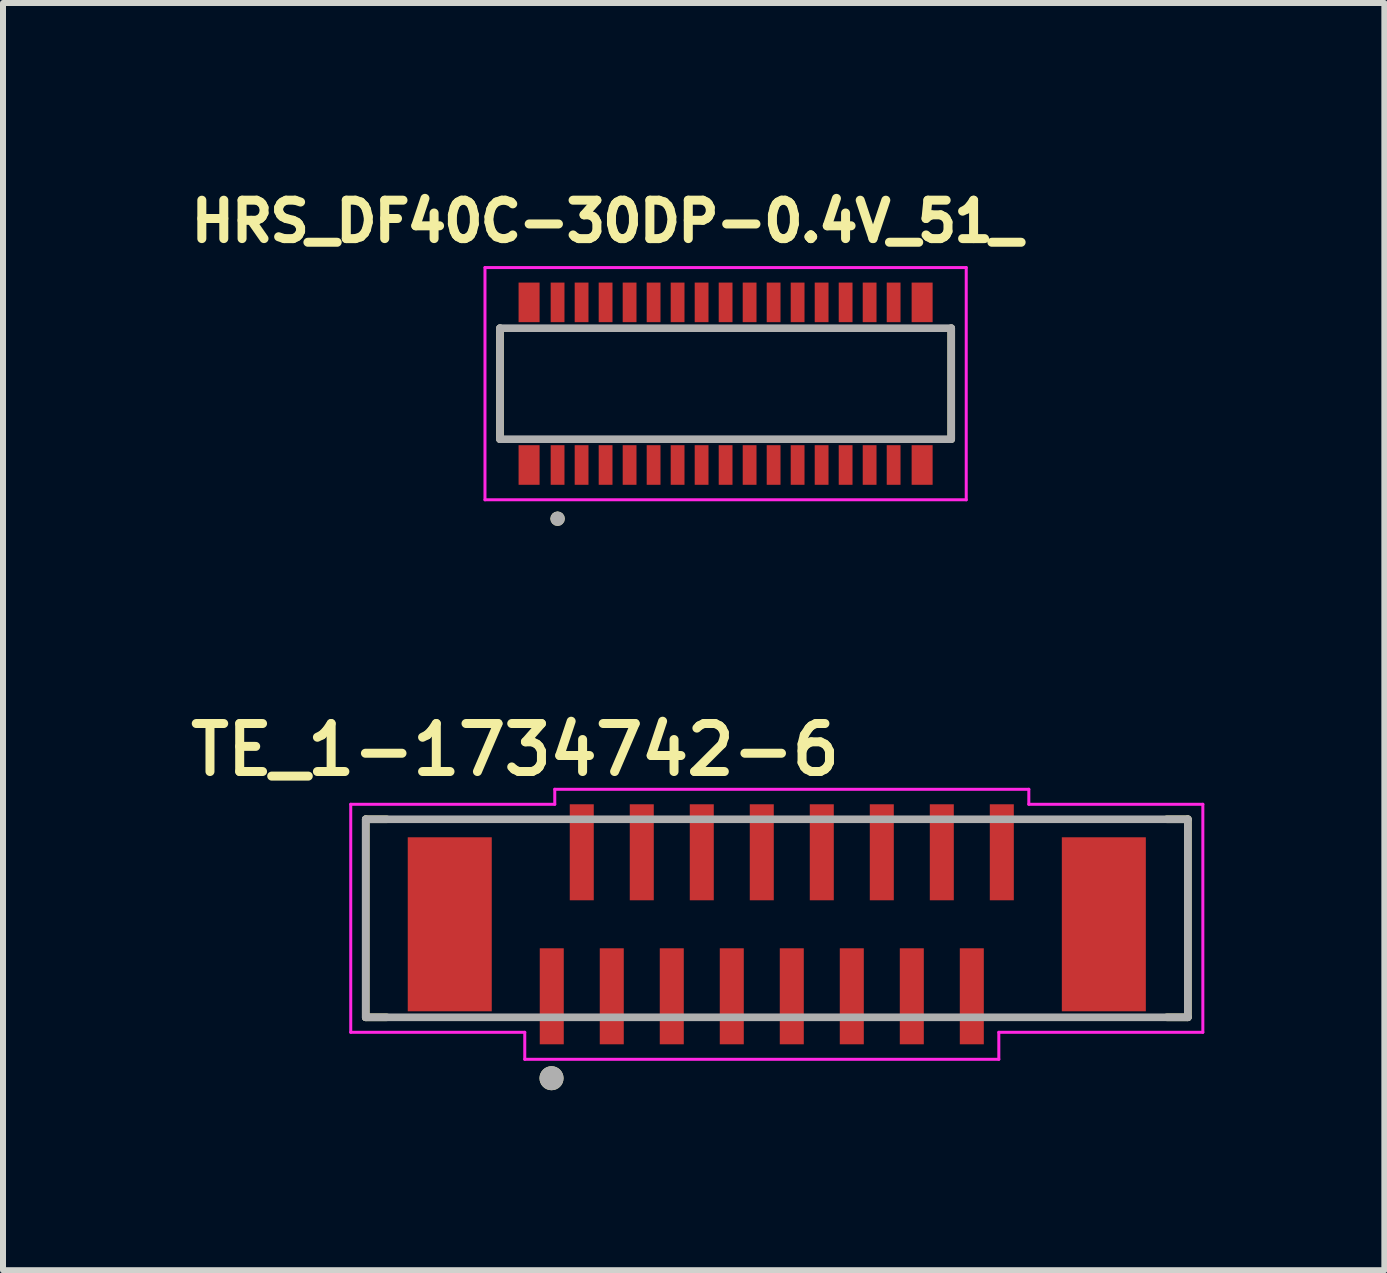
<source format=kicad_pcb>
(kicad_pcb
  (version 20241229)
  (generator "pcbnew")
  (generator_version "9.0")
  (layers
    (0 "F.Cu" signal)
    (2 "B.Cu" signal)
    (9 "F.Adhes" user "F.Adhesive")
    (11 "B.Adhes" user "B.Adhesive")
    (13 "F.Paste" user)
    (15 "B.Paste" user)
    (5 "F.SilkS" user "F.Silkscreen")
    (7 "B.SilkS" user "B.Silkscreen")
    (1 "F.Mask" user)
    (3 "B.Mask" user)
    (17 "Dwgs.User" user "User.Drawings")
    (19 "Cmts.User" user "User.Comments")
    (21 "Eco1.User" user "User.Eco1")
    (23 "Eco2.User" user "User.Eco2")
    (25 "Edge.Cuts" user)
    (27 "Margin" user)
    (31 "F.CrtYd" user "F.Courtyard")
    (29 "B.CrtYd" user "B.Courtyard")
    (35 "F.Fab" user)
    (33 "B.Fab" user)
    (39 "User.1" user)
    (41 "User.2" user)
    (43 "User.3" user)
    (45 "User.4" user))
  (footprint "HRS_DF40C-30DP-0.4V_51_"
    (layer "F.Cu")
    (at 9.042 3.344)
    (property "Reference" "HRS_DF40C-30DP-0.4V_51_" (at -1.978 -2.706 0) (layer "F.SilkS") (effects (font (size 0.64 0.64) (thickness 0.15))))
    (attr smd)
    (fp_poly (pts (xy -2.965 -1.74) (xy -2.635 -1.74) (xy -2.635 -0.97) (xy -2.965 -0.97)) (stroke (width 0.01) (type solid)) (fill yes) (layer "F.Mask"))
    (fp_poly (pts (xy -2.965 0.97) (xy -2.635 0.97) (xy -2.635 1.74) (xy -2.965 1.74)) (stroke (width 0.01) (type solid)) (fill yes) (layer "F.Mask"))
    (fp_poly (pts (xy -2.565 -1.74) (xy -2.235 -1.74) (xy -2.235 -0.97) (xy -2.565 -0.97)) (stroke (width 0.01) (type solid)) (fill yes) (layer "F.Mask"))
    (fp_poly (pts (xy -2.565 0.97) (xy -2.235 0.97) (xy -2.235 1.74) (xy -2.565 1.74)) (stroke (width 0.01) (type solid)) (fill yes) (layer "F.Mask"))
    (fp_poly (pts (xy -2.165 -1.74) (xy -1.835 -1.74) (xy -1.835 -0.97) (xy -2.165 -0.97)) (stroke (width 0.01) (type solid)) (fill yes) (layer "F.Mask"))
    (fp_poly (pts (xy -2.165 0.97) (xy -1.835 0.97) (xy -1.835 1.74) (xy -2.165 1.74)) (stroke (width 0.01) (type solid)) (fill yes) (layer "F.Mask"))
    (fp_poly (pts (xy -1.765 -1.74) (xy -1.435 -1.74) (xy -1.435 -0.97) (xy -1.765 -0.97)) (stroke (width 0.01) (type solid)) (fill yes) (layer "F.Mask"))
    (fp_poly (pts (xy -1.765 0.97) (xy -1.435 0.97) (xy -1.435 1.74) (xy -1.765 1.74)) (stroke (width 0.01) (type solid)) (fill yes) (layer "F.Mask"))
    (fp_poly (pts (xy -1.365 -1.74) (xy -1.035 -1.74) (xy -1.035 -0.97) (xy -1.365 -0.97)) (stroke (width 0.01) (type solid)) (fill yes) (layer "F.Mask"))
    (fp_poly (pts (xy -1.365 0.97) (xy -1.035 0.97) (xy -1.035 1.74) (xy -1.365 1.74)) (stroke (width 0.01) (type solid)) (fill yes) (layer "F.Mask"))
    (fp_poly (pts (xy -0.965 -1.74) (xy -0.635 -1.74) (xy -0.635 -0.97) (xy -0.965 -0.97)) (stroke (width 0.01) (type solid)) (fill yes) (layer "F.Mask"))
    (fp_poly (pts (xy -0.965 0.97) (xy -0.635 0.97) (xy -0.635 1.74) (xy -0.965 1.74)) (stroke (width 0.01) (type solid)) (fill yes) (layer "F.Mask"))
    (fp_poly (pts (xy -0.565 -1.74) (xy -0.235 -1.74) (xy -0.235 -0.97) (xy -0.565 -0.97)) (stroke (width 0.01) (type solid)) (fill yes) (layer "F.Mask"))
    (fp_poly (pts (xy -0.565 0.97) (xy -0.235 0.97) (xy -0.235 1.74) (xy -0.565 1.74)) (stroke (width 0.01) (type solid)) (fill yes) (layer "F.Mask"))
    (fp_poly (pts (xy -0.165 -1.74) (xy 0.165 -1.74) (xy 0.165 -0.97) (xy -0.165 -0.97)) (stroke (width 0.01) (type solid)) (fill yes) (layer "F.Mask"))
    (fp_poly (pts (xy -0.165 0.97) (xy 0.165 0.97) (xy 0.165 1.74) (xy -0.165 1.74)) (stroke (width 0.01) (type solid)) (fill yes) (layer "F.Mask"))
    (fp_poly (pts (xy 0.235 -1.74) (xy 0.565 -1.74) (xy 0.565 -0.97) (xy 0.235 -0.97)) (stroke (width 0.01) (type solid)) (fill yes) (layer "F.Mask"))
    (fp_poly (pts (xy 0.235 0.97) (xy 0.565 0.97) (xy 0.565 1.74) (xy 0.235 1.74)) (stroke (width 0.01) (type solid)) (fill yes) (layer "F.Mask"))
    (fp_poly (pts (xy 0.635 -1.74) (xy 0.965 -1.74) (xy 0.965 -0.97) (xy 0.635 -0.97)) (stroke (width 0.01) (type solid)) (fill yes) (layer "F.Mask"))
    (fp_poly (pts (xy 0.635 0.97) (xy 0.965 0.97) (xy 0.965 1.74) (xy 0.635 1.74)) (stroke (width 0.01) (type solid)) (fill yes) (layer "F.Mask"))
    (fp_poly (pts (xy 1.035 -1.74) (xy 1.365 -1.74) (xy 1.365 -0.97) (xy 1.035 -0.97)) (stroke (width 0.01) (type solid)) (fill yes) (layer "F.Mask"))
    (fp_poly (pts (xy 1.035 0.97) (xy 1.365 0.97) (xy 1.365 1.74) (xy 1.035 1.74)) (stroke (width 0.01) (type solid)) (fill yes) (layer "F.Mask"))
    (fp_poly (pts (xy 1.435 -1.74) (xy 1.765 -1.74) (xy 1.765 -0.97) (xy 1.435 -0.97)) (stroke (width 0.01) (type solid)) (fill yes) (layer "F.Mask"))
    (fp_poly (pts (xy 1.435 0.97) (xy 1.765 0.97) (xy 1.765 1.74) (xy 1.435 1.74)) (stroke (width 0.01) (type solid)) (fill yes) (layer "F.Mask"))
    (fp_poly (pts (xy 1.835 -1.74) (xy 2.165 -1.74) (xy 2.165 -0.97) (xy 1.835 -0.97)) (stroke (width 0.01) (type solid)) (fill yes) (layer "F.Mask"))
    (fp_poly (pts (xy 1.835 0.97) (xy 2.165 0.97) (xy 2.165 1.74) (xy 1.835 1.74)) (stroke (width 0.01) (type solid)) (fill yes) (layer "F.Mask"))
    (fp_poly (pts (xy 2.235 -1.74) (xy 2.565 -1.74) (xy 2.565 -0.97) (xy 2.235 -0.97)) (stroke (width 0.01) (type solid)) (fill yes) (layer "F.Mask"))
    (fp_poly (pts (xy 2.235 0.97) (xy 2.565 0.97) (xy 2.565 1.74) (xy 2.235 1.74)) (stroke (width 0.01) (type solid)) (fill yes) (layer "F.Mask"))
    (fp_poly (pts (xy 2.635 -1.74) (xy 2.965 -1.74) (xy 2.965 -0.97) (xy 2.635 -0.97)) (stroke (width 0.01) (type solid)) (fill yes) (layer "F.Mask"))
    (fp_poly (pts (xy 2.635 0.97) (xy 2.965 0.97) (xy 2.965 1.74) (xy 2.635 1.74)) (stroke (width 0.01) (type solid)) (fill yes) (layer "F.Mask"))
    (fp_line (start -3.76 0.925) (end -3.76 -0.925) (stroke (width 0.127) (type solid)) (layer "F.SilkS"))
    (fp_line (start 3.76 -0.925) (end 3.76 0.925) (stroke (width 0.127) (type solid)) (layer "F.SilkS"))
    (fp_circle (center -2.8 2.25) (end -2.74 2.25) (stroke (width 0.12) (type solid)) (fill no) (layer "F.SilkS"))
    (fp_poly (pts (xy -3.425 -1.663) (xy -3.125 -1.663) (xy -3.125 -1.047) (xy -3.425 -1.047)) (stroke (width 0.01) (type solid)) (fill yes) (layer "F.Paste"))
    (fp_poly (pts (xy -3.425 1.047) (xy -3.125 1.047) (xy -3.125 1.663) (xy -3.425 1.663)) (stroke (width 0.01) (type solid)) (fill yes) (layer "F.Paste"))
    (fp_poly (pts (xy -2.9 -1.657) (xy -2.7 -1.657) (xy -2.7 -1.053) (xy -2.9 -1.053)) (stroke (width 0.01) (type solid)) (fill yes) (layer "F.Paste"))
    (fp_poly (pts (xy -2.9 1.053) (xy -2.7 1.053) (xy -2.7 1.657) (xy -2.9 1.657)) (stroke (width 0.01) (type solid)) (fill yes) (layer "F.Paste"))
    (fp_poly (pts (xy -2.5 -1.657) (xy -2.3 -1.657) (xy -2.3 -1.053) (xy -2.5 -1.053)) (stroke (width 0.01) (type solid)) (fill yes) (layer "F.Paste"))
    (fp_poly (pts (xy -2.5 1.053) (xy -2.3 1.053) (xy -2.3 1.657) (xy -2.5 1.657)) (stroke (width 0.01) (type solid)) (fill yes) (layer "F.Paste"))
    (fp_poly (pts (xy -2.1 -1.657) (xy -1.9 -1.657) (xy -1.9 -1.053) (xy -2.1 -1.053)) (stroke (width 0.01) (type solid)) (fill yes) (layer "F.Paste"))
    (fp_poly (pts (xy -2.1 1.053) (xy -1.9 1.053) (xy -1.9 1.657) (xy -2.1 1.657)) (stroke (width 0.01) (type solid)) (fill yes) (layer "F.Paste"))
    (fp_poly (pts (xy -1.7 -1.657) (xy -1.5 -1.657) (xy -1.5 -1.053) (xy -1.7 -1.053)) (stroke (width 0.01) (type solid)) (fill yes) (layer "F.Paste"))
    (fp_poly (pts (xy -1.7 1.053) (xy -1.5 1.053) (xy -1.5 1.657) (xy -1.7 1.657)) (stroke (width 0.01) (type solid)) (fill yes) (layer "F.Paste"))
    (fp_poly (pts (xy -1.3 -1.657) (xy -1.1 -1.657) (xy -1.1 -1.053) (xy -1.3 -1.053)) (stroke (width 0.01) (type solid)) (fill yes) (layer "F.Paste"))
    (fp_poly (pts (xy -1.3 1.053) (xy -1.1 1.053) (xy -1.1 1.657) (xy -1.3 1.657)) (stroke (width 0.01) (type solid)) (fill yes) (layer "F.Paste"))
    (fp_poly (pts (xy -0.9 -1.657) (xy -0.7 -1.657) (xy -0.7 -1.053) (xy -0.9 -1.053)) (stroke (width 0.01) (type solid)) (fill yes) (layer "F.Paste"))
    (fp_poly (pts (xy -0.9 1.053) (xy -0.7 1.053) (xy -0.7 1.657) (xy -0.9 1.657)) (stroke (width 0.01) (type solid)) (fill yes) (layer "F.Paste"))
    (fp_poly (pts (xy -0.5 -1.657) (xy -0.3 -1.657) (xy -0.3 -1.053) (xy -0.5 -1.053)) (stroke (width 0.01) (type solid)) (fill yes) (layer "F.Paste"))
    (fp_poly (pts (xy -0.5 1.053) (xy -0.3 1.053) (xy -0.3 1.657) (xy -0.5 1.657)) (stroke (width 0.01) (type solid)) (fill yes) (layer "F.Paste"))
    (fp_poly (pts (xy -0.1 -1.657) (xy 0.1 -1.657) (xy 0.1 -1.053) (xy -0.1 -1.053)) (stroke (width 0.01) (type solid)) (fill yes) (layer "F.Paste"))
    (fp_poly (pts (xy -0.1 1.053) (xy 0.1 1.053) (xy 0.1 1.657) (xy -0.1 1.657)) (stroke (width 0.01) (type solid)) (fill yes) (layer "F.Paste"))
    (fp_poly (pts (xy 0.3 -1.657) (xy 0.5 -1.657) (xy 0.5 -1.053) (xy 0.3 -1.053)) (stroke (width 0.01) (type solid)) (fill yes) (layer "F.Paste"))
    (fp_poly (pts (xy 0.3 1.053) (xy 0.5 1.053) (xy 0.5 1.657) (xy 0.3 1.657)) (stroke (width 0.01) (type solid)) (fill yes) (layer "F.Paste"))
    (fp_poly (pts (xy 0.7 -1.657) (xy 0.9 -1.657) (xy 0.9 -1.053) (xy 0.7 -1.053)) (stroke (width 0.01) (type solid)) (fill yes) (layer "F.Paste"))
    (fp_poly (pts (xy 0.7 1.053) (xy 0.9 1.053) (xy 0.9 1.657) (xy 0.7 1.657)) (stroke (width 0.01) (type solid)) (fill yes) (layer "F.Paste"))
    (fp_poly (pts (xy 1.1 -1.657) (xy 1.3 -1.657) (xy 1.3 -1.053) (xy 1.1 -1.053)) (stroke (width 0.01) (type solid)) (fill yes) (layer "F.Paste"))
    (fp_poly (pts (xy 1.1 1.053) (xy 1.3 1.053) (xy 1.3 1.657) (xy 1.1 1.657)) (stroke (width 0.01) (type solid)) (fill yes) (layer "F.Paste"))
    (fp_poly (pts (xy 1.5 -1.657) (xy 1.7 -1.657) (xy 1.7 -1.053) (xy 1.5 -1.053)) (stroke (width 0.01) (type solid)) (fill yes) (layer "F.Paste"))
    (fp_poly (pts (xy 1.5 1.053) (xy 1.7 1.053) (xy 1.7 1.657) (xy 1.5 1.657)) (stroke (width 0.01) (type solid)) (fill yes) (layer "F.Paste"))
    (fp_poly (pts (xy 1.9 -1.657) (xy 2.1 -1.657) (xy 2.1 -1.053) (xy 1.9 -1.053)) (stroke (width 0.01) (type solid)) (fill yes) (layer "F.Paste"))
    (fp_poly (pts (xy 1.9 1.053) (xy 2.1 1.053) (xy 2.1 1.657) (xy 1.9 1.657)) (stroke (width 0.01) (type solid)) (fill yes) (layer "F.Paste"))
    (fp_poly (pts (xy 2.3 -1.657) (xy 2.5 -1.657) (xy 2.5 -1.053) (xy 2.3 -1.053)) (stroke (width 0.01) (type solid)) (fill yes) (layer "F.Paste"))
    (fp_poly (pts (xy 2.3 1.053) (xy 2.5 1.053) (xy 2.5 1.657) (xy 2.3 1.657)) (stroke (width 0.01) (type solid)) (fill yes) (layer "F.Paste"))
    (fp_poly (pts (xy 2.7 -1.657) (xy 2.9 -1.657) (xy 2.9 -1.053) (xy 2.7 -1.053)) (stroke (width 0.01) (type solid)) (fill yes) (layer "F.Paste"))
    (fp_poly (pts (xy 2.7 1.053) (xy 2.9 1.053) (xy 2.9 1.657) (xy 2.7 1.657)) (stroke (width 0.01) (type solid)) (fill yes) (layer "F.Paste"))
    (fp_poly (pts (xy 3.125 -1.663) (xy 3.425 -1.663) (xy 3.425 -1.047) (xy 3.125 -1.047)) (stroke (width 0.01) (type solid)) (fill yes) (layer "F.Paste"))
    (fp_poly (pts (xy 3.125 1.047) (xy 3.425 1.047) (xy 3.425 1.663) (xy 3.125 1.663)) (stroke (width 0.01) (type solid)) (fill yes) (layer "F.Paste"))
    (fp_line (start -4.01 -1.935) (end 4.01 -1.935) (stroke (width 0.05) (type solid)) (layer "F.CrtYd"))
    (fp_line (start -4.01 1.935) (end -4.01 -1.935) (stroke (width 0.05) (type solid)) (layer "F.CrtYd"))
    (fp_line (start 4.01 -1.935) (end 4.01 1.935) (stroke (width 0.05) (type solid)) (layer "F.CrtYd"))
    (fp_line (start 4.01 1.935) (end -4.01 1.935) (stroke (width 0.05) (type solid)) (layer "F.CrtYd"))
    (fp_line (start -3.76 -0.925) (end 3.76 -0.925) (stroke (width 0.127) (type solid)) (layer "F.Fab"))
    (fp_line (start -3.76 0.925) (end -3.76 -0.925) (stroke (width 0.127) (type solid)) (layer "F.Fab"))
    (fp_line (start 3.76 -0.925) (end 3.76 0.925) (stroke (width 0.127) (type solid)) (layer "F.Fab"))
    (fp_line (start 3.76 0.925) (end -3.76 0.925) (stroke (width 0.127) (type solid)) (layer "F.Fab"))
    (fp_circle (center -2.8 2.25) (end -2.74 2.25) (stroke (width 0.12) (type solid)) (fill no) (layer "F.Fab"))
    (pad "1" smd rect (at -2.8 1.355) (size 0.23 0.66) (layers "F.Cu"))
    (pad "2" smd rect (at -2.8 -1.355) (size 0.23 0.66) (layers "F.Cu"))
    (pad "3" smd rect (at -2.4 1.355) (size 0.23 0.66) (layers "F.Cu"))
    (pad "4" smd rect (at -2.4 -1.355) (size 0.23 0.66) (layers "F.Cu"))
    (pad "5" smd rect (at -2 1.355) (size 0.23 0.66) (layers "F.Cu"))
    (pad "6" smd rect (at -2 -1.355) (size 0.23 0.66) (layers "F.Cu"))
    (pad "7" smd rect (at -1.6 1.355) (size 0.23 0.66) (layers "F.Cu"))
    (pad "8" smd rect (at -1.6 -1.355) (size 0.23 0.66) (layers "F.Cu"))
    (pad "9" smd rect (at -1.2 1.355) (size 0.23 0.66) (layers "F.Cu"))
    (pad "10" smd rect (at -1.2 -1.355) (size 0.23 0.66) (layers "F.Cu"))
    (pad "11" smd rect (at -0.8 1.355) (size 0.23 0.66) (layers "F.Cu"))
    (pad "12" smd rect (at -0.8 -1.355) (size 0.23 0.66) (layers "F.Cu"))
    (pad "13" smd rect (at -0.4 1.355) (size 0.23 0.66) (layers "F.Cu"))
    (pad "14" smd rect (at -0.4 -1.355) (size 0.23 0.66) (layers "F.Cu"))
    (pad "15" smd rect (at 0 1.355) (size 0.23 0.66) (layers "F.Cu"))
    (pad "16" smd rect (at 0 -1.355) (size 0.23 0.66) (layers "F.Cu"))
    (pad "17" smd rect (at 0.4 1.355) (size 0.23 0.66) (layers "F.Cu"))
    (pad "18" smd rect (at 0.4 -1.355) (size 0.23 0.66) (layers "F.Cu"))
    (pad "19" smd rect (at 0.8 1.355) (size 0.23 0.66) (layers "F.Cu"))
    (pad "20" smd rect (at 0.8 -1.355) (size 0.23 0.66) (layers "F.Cu"))
    (pad "21" smd rect (at 1.2 1.355) (size 0.23 0.66) (layers "F.Cu"))
    (pad "22" smd rect (at 1.2 -1.355) (size 0.23 0.66) (layers "F.Cu"))
    (pad "23" smd rect (at 1.6 1.355) (size 0.23 0.66) (layers "F.Cu"))
    (pad "24" smd rect (at 1.6 -1.355) (size 0.23 0.66) (layers "F.Cu"))
    (pad "25" smd rect (at 2 1.355) (size 0.23 0.66) (layers "F.Cu"))
    (pad "26" smd rect (at 2 -1.355) (size 0.23 0.66) (layers "F.Cu"))
    (pad "27" smd rect (at 2.4 1.355) (size 0.23 0.66) (layers "F.Cu"))
    (pad "28" smd rect (at 2.4 -1.355) (size 0.23 0.66) (layers "F.Cu"))
    (pad "29" smd rect (at 2.8 1.355) (size 0.23 0.66) (layers "F.Cu"))
    (pad "30" smd rect (at 2.8 -1.355) (size 0.23 0.66) (layers "F.Cu"))
    (pad "S1" smd rect (at -3.275 1.355) (size 0.35 0.66) (layers "F.Cu" "F.Mask"))
    (pad "S2" smd rect (at -3.275 -1.355) (size 0.35 0.66) (layers "F.Cu" "F.Mask"))
    (pad "S3" smd rect (at 3.275 1.355) (size 0.35 0.66) (layers "F.Cu" "F.Mask"))
    (pad "S4" smd rect (at 3.275 -1.355) (size 0.35 0.66) (layers "F.Cu" "F.Mask")))
  (footprint "TE_1-1734742-6"
    (layer "F.Cu")
    (at 9.895 12.353)
    (property "Reference" "TE_1-1734742-6" (at -4.36 -2.908 0) (layer "F.SilkS") (effects (font (size 0.8 0.8) (thickness 0.15))))
    (attr smd)
    (fp_line (start -6.85 -1.75) (end -6.85 1.55) (stroke (width 0.127) (type solid)) (layer "F.SilkS"))
    (fp_line (start -6.85 1.55) (end -6.5 1.55) (stroke (width 0.127) (type solid)) (layer "F.SilkS"))
    (fp_line (start -6.5 -1.75) (end -6.85 -1.75) (stroke (width 0.127) (type solid)) (layer "F.SilkS"))
    (fp_line (start 6.5 -1.75) (end 6.85 -1.75) (stroke (width 0.127) (type solid)) (layer "F.SilkS"))
    (fp_line (start 6.85 -1.75) (end 6.85 1.55) (stroke (width 0.127) (type solid)) (layer "F.SilkS"))
    (fp_line (start 6.85 1.55) (end 6.5 1.55) (stroke (width 0.127) (type solid)) (layer "F.SilkS"))
    (fp_circle (center -3.754 2.565) (end -3.654 2.565) (stroke (width 0.2) (type solid)) (fill no) (layer "F.SilkS"))
    (fp_line (start -7.1 -2) (end -3.7 -2) (stroke (width 0.05) (type solid)) (layer "F.CrtYd"))
    (fp_line (start -7.1 1.8) (end -7.1 -2) (stroke (width 0.05) (type solid)) (layer "F.CrtYd"))
    (fp_line (start -4.2 1.8) (end -7.1 1.8) (stroke (width 0.05) (type solid)) (layer "F.CrtYd"))
    (fp_line (start -4.2 2.25) (end -4.2 1.8) (stroke (width 0.05) (type solid)) (layer "F.CrtYd"))
    (fp_line (start -3.7 -2.25) (end 4.2 -2.25) (stroke (width 0.05) (type solid)) (layer "F.CrtYd"))
    (fp_line (start -3.7 -2) (end -3.7 -2.25) (stroke (width 0.05) (type solid)) (layer "F.CrtYd"))
    (fp_line (start 3.7 1.8) (end 3.7 2.25) (stroke (width 0.05) (type solid)) (layer "F.CrtYd"))
    (fp_line (start 3.7 2.25) (end -4.2 2.25) (stroke (width 0.05) (type solid)) (layer "F.CrtYd"))
    (fp_line (start 4.2 -2.25) (end 4.2 -2) (stroke (width 0.05) (type solid)) (layer "F.CrtYd"))
    (fp_line (start 4.2 -2) (end 7.1 -2) (stroke (width 0.05) (type solid)) (layer "F.CrtYd"))
    (fp_line (start 7.1 -2) (end 7.1 1.8) (stroke (width 0.05) (type solid)) (layer "F.CrtYd"))
    (fp_line (start 7.1 1.8) (end 3.7 1.8) (stroke (width 0.05) (type solid)) (layer "F.CrtYd"))
    (fp_line (start -6.85 -1.75) (end 6.85 -1.75) (stroke (width 0.127) (type solid)) (layer "F.Fab"))
    (fp_line (start -6.85 1.55) (end -6.85 -1.75) (stroke (width 0.127) (type solid)) (layer "F.Fab"))
    (fp_line (start 6.85 -1.75) (end 6.85 1.55) (stroke (width 0.127) (type solid)) (layer "F.Fab"))
    (fp_line (start 6.85 1.55) (end -6.85 1.55) (stroke (width 0.127) (type solid)) (layer "F.Fab"))
    (fp_circle (center -3.754 2.565) (end -3.654 2.565) (stroke (width 0.2) (type solid)) (fill no) (layer "F.Fab"))
    (pad "1" smd rect (at -3.75 1.2) (size 0.4 1.6) (layers "F.Cu" "F.Mask" "F.Paste"))
    (pad "2" smd rect (at -3.25 -1.2) (size 0.4 1.6) (layers "F.Cu" "F.Mask" "F.Paste"))
    (pad "3" smd rect (at -2.75 1.2) (size 0.4 1.6) (layers "F.Cu" "F.Mask" "F.Paste"))
    (pad "4" smd rect (at -2.25 -1.2) (size 0.4 1.6) (layers "F.Cu" "F.Mask" "F.Paste"))
    (pad "5" smd rect (at -1.75 1.2) (size 0.4 1.6) (layers "F.Cu" "F.Mask" "F.Paste"))
    (pad "6" smd rect (at -1.25 -1.2) (size 0.4 1.6) (layers "F.Cu" "F.Mask" "F.Paste"))
    (pad "7" smd rect (at -0.75 1.2) (size 0.4 1.6) (layers "F.Cu" "F.Mask" "F.Paste"))
    (pad "8" smd rect (at -0.25 -1.2) (size 0.4 1.6) (layers "F.Cu" "F.Mask" "F.Paste"))
    (pad "9" smd rect (at 0.25 1.2) (size 0.4 1.6) (layers "F.Cu" "F.Mask" "F.Paste"))
    (pad "10" smd rect (at 0.75 -1.2) (size 0.4 1.6) (layers "F.Cu" "F.Mask" "F.Paste"))
    (pad "11" smd rect (at 1.25 1.2) (size 0.4 1.6) (layers "F.Cu" "F.Mask" "F.Paste"))
    (pad "12" smd rect (at 1.75 -1.2) (size 0.4 1.6) (layers "F.Cu" "F.Mask" "F.Paste"))
    (pad "13" smd rect (at 2.25 1.2) (size 0.4 1.6) (layers "F.Cu" "F.Mask" "F.Paste"))
    (pad "14" smd rect (at 2.75 -1.2) (size 0.4 1.6) (layers "F.Cu" "F.Mask" "F.Paste"))
    (pad "15" smd rect (at 3.25 1.2) (size 0.4 1.6) (layers "F.Cu" "F.Mask" "F.Paste"))
    (pad "16" smd rect (at 3.75 -1.2) (size 0.4 1.6) (layers "F.Cu" "F.Mask" "F.Paste"))
    (pad "S1" smd rect (at -5.45 0) (size 1.4 2.9) (layers "F.Cu" "F.Mask" "F.Paste"))
    (pad "S2" smd rect (at 5.45 0) (size 1.4 2.9) (layers "F.Cu" "F.Mask" "F.Paste")))
  (gr_rect
    (start -3 -3)
    (end 20.02 18.118)
    (stroke (width 0.1) (type default))
    (fill no)
    (layer "Edge.Cuts")))
</source>
